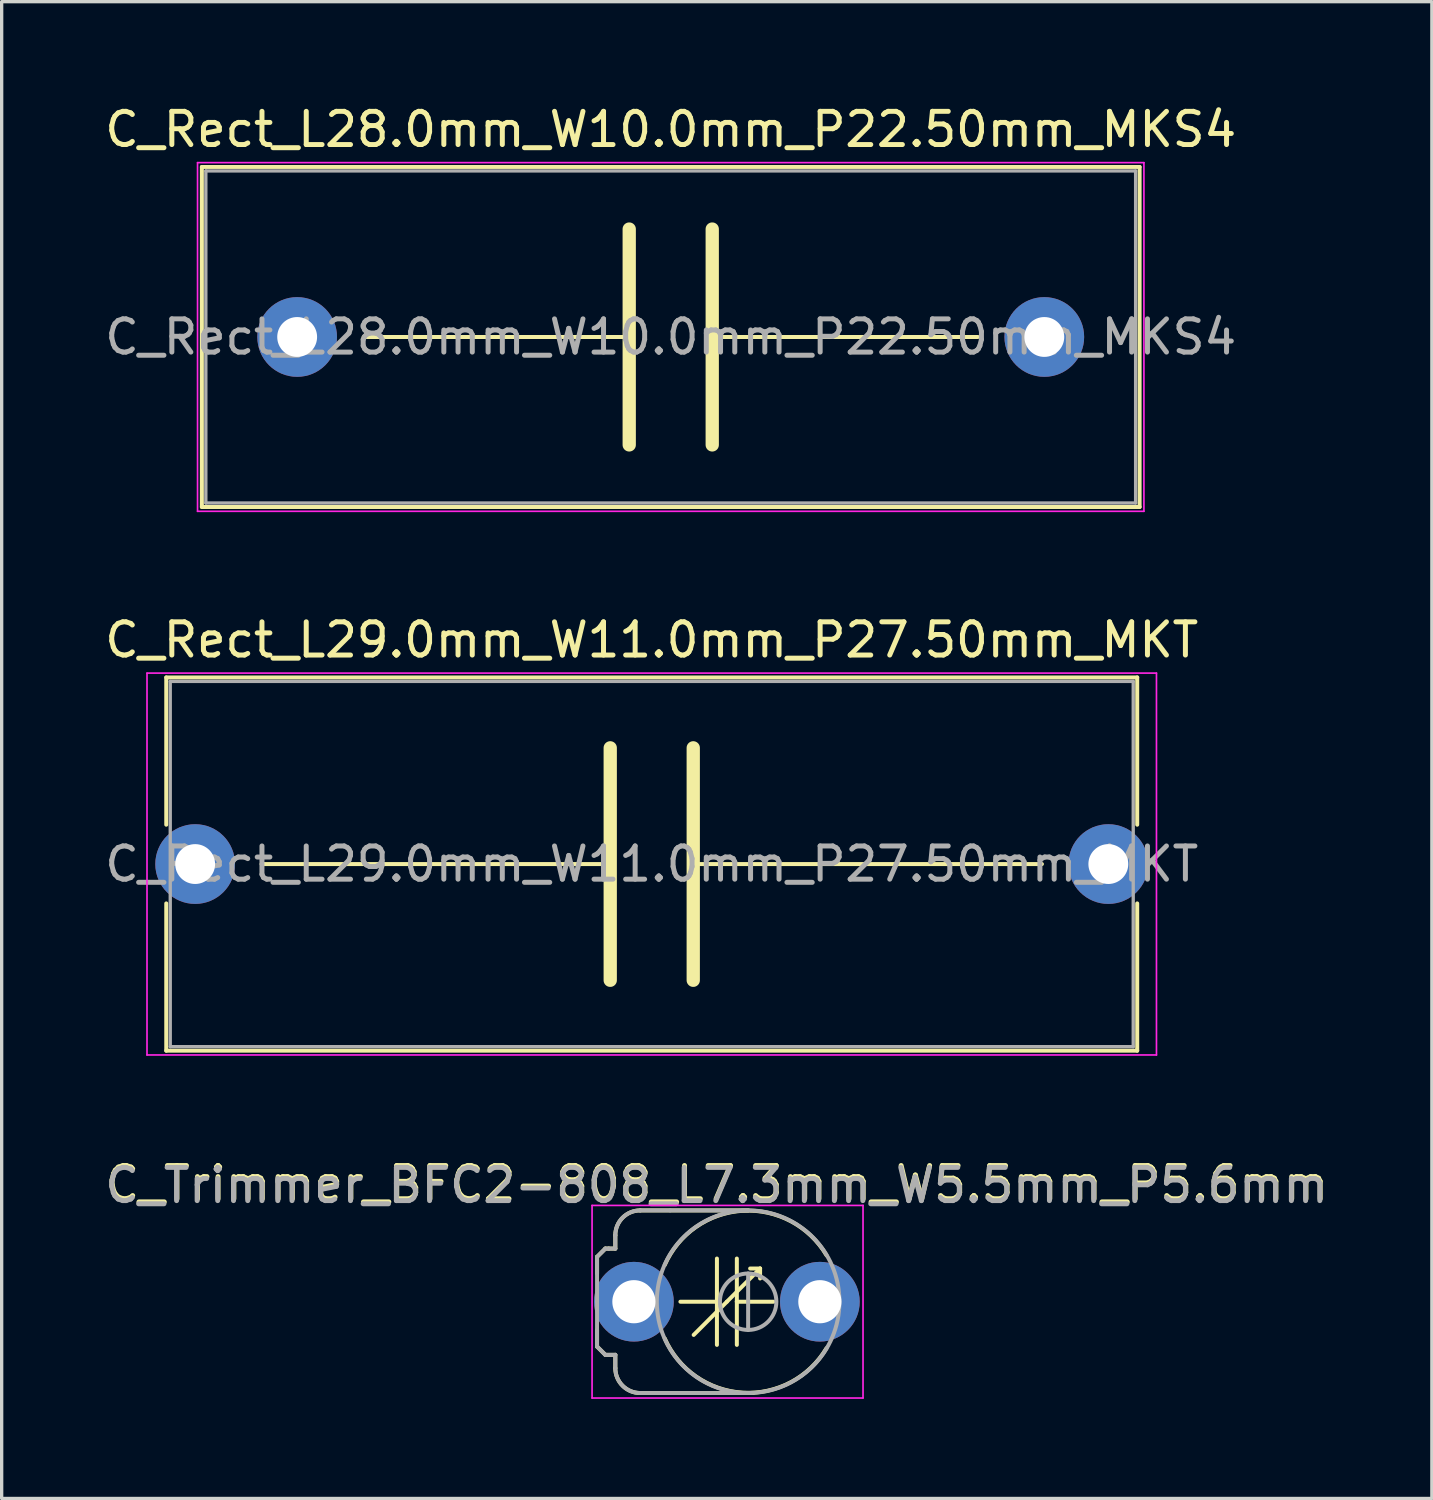
<source format=kicad_pcb>
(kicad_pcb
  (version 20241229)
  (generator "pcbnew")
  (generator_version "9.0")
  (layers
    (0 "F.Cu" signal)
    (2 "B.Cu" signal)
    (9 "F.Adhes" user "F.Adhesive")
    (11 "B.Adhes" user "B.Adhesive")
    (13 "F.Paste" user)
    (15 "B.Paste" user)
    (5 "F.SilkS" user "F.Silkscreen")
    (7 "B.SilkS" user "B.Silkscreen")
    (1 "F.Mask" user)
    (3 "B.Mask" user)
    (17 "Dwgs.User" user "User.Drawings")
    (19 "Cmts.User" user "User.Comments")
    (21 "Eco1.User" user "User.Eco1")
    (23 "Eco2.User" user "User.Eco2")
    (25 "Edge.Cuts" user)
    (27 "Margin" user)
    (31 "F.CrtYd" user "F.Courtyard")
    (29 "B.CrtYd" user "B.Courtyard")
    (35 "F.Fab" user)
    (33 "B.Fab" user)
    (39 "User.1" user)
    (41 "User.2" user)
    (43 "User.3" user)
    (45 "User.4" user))
  (footprint "C_Trimmer_BFC2-808_L7.3mm_W5.5mm_P5.6mm"
    (layer "F.Cu")
    (at 16.04 36.151)
    (property "Reference" "C_Trimmer_BFC2-808_L7.3mm_W5.5mm_P5.6mm" (at 2.5 -3.556 0) (layer "F.SilkS") (effects (font (size 1 1) (thickness 0.15))))
    (attr through_hole)
    (fp_line (start -1.11 -1.35) (end -1.11 -0.85) (stroke (width 0.12) (type solid)) (layer "F.SilkS"))
    (fp_line (start -1.11 1.35) (end -1.11 0.85) (stroke (width 0.12) (type solid)) (layer "F.SilkS"))
    (fp_line (start -1.11 1.35) (end -0.86 1.6) (stroke (width 0.12) (type solid)) (layer "F.SilkS"))
    (fp_line (start -0.86 -1.6) (end -1.11 -1.35) (stroke (width 0.12) (type solid)) (layer "F.SilkS"))
    (fp_line (start -0.76 -1.6) (end -0.86 -1.6) (stroke (width 0.12) (type solid)) (layer "F.SilkS"))
    (fp_line (start -0.56 -2) (end -0.56 -1.6) (stroke (width 0.12) (type solid)) (layer "F.SilkS"))
    (fp_line (start -0.56 -1.6) (end -0.76 -1.6) (stroke (width 0.12) (type solid)) (layer "F.SilkS"))
    (fp_line (start -0.56 1.6) (end -0.86 1.6) (stroke (width 0.12) (type solid)) (layer "F.SilkS"))
    (fp_line (start -0.56 1.6) (end -0.56 2) (stroke (width 0.12) (type solid)) (layer "F.SilkS"))
    (fp_line (start 0.19 -2.75) (end 3.44 -2.75) (stroke (width 0.12) (type solid)) (layer "F.SilkS"))
    (fp_line (start 0.19 2.75) (end 3.59 2.75) (stroke (width 0.12) (type solid)) (layer "F.SilkS"))
    (fp_line (start 1.4 0) (end 2.5 0) (stroke (width 0.12) (type solid)) (layer "F.SilkS"))
    (fp_line (start 2.5 0) (end 2.5 -1.3) (stroke (width 0.12) (type solid)) (layer "F.SilkS"))
    (fp_line (start 2.5 0) (end 2.5 1.3) (stroke (width 0.12) (type solid)) (layer "F.SilkS"))
    (fp_line (start 2.8 0) (end 1.8 1) (stroke (width 0.12) (type solid)) (layer "F.SilkS"))
    (fp_line (start 2.8 0) (end 3.8 -1) (stroke (width 0.12) (type solid)) (layer "F.SilkS"))
    (fp_line (start 3.1 0) (end 3.1 -1.3) (stroke (width 0.12) (type solid)) (layer "F.SilkS"))
    (fp_line (start 3.1 0) (end 3.1 1.3) (stroke (width 0.12) (type solid)) (layer "F.SilkS"))
    (fp_line (start 3.1 0) (end 4.2 0) (stroke (width 0.12) (type solid)) (layer "F.SilkS"))
    (fp_line (start 3.8 -1) (end 3.5 -1) (stroke (width 0.12) (type solid)) (layer "F.SilkS"))
    (fp_line (start 3.8 -1) (end 3.8 -0.7) (stroke (width 0.12) (type solid)) (layer "F.SilkS"))
    (fp_arc (start -0.56 -2) (mid -0.34033 -2.53033) (end 0.19 -2.75) (stroke (width 0.12) (type solid)) (layer "F.SilkS"))
    (fp_arc (start 0.19 2.75) (mid -0.34033 2.53033) (end -0.56 2) (stroke (width 0.12) (type solid)) (layer "F.SilkS"))
    (fp_arc (start 0.928365 -1.105119) (mid 3.274208 -2.738998) (end 5.8 -1.4) (stroke (width 0.12) (type solid)) (layer "F.SilkS"))
    (fp_arc (start 5.8 1.4) (mid 3.274208 2.738999) (end 0.928365 1.105119) (stroke (width 0.12) (type solid)) (layer "F.SilkS"))
    (fp_line (start -1.26 -2.9) (end -1.26 2.9) (stroke (width 0.05) (type solid)) (layer "F.CrtYd"))
    (fp_line (start -1.26 2.9) (end 6.9 2.9) (stroke (width 0.05) (type solid)) (layer "F.CrtYd"))
    (fp_line (start 6.9 -2.9) (end -1.26 -2.9) (stroke (width 0.05) (type solid)) (layer "F.CrtYd"))
    (fp_line (start 6.9 2.9) (end 6.9 -2.9) (stroke (width 0.05) (type solid)) (layer "F.CrtYd"))
    (fp_line (start -1.11 -1.35) (end -1.11 0) (stroke (width 0.12) (type solid)) (layer "F.Fab"))
    (fp_line (start -1.11 1.35) (end -1.11 0) (stroke (width 0.12) (type solid)) (layer "F.Fab"))
    (fp_line (start -1.11 1.35) (end -0.86 1.6) (stroke (width 0.12) (type solid)) (layer "F.Fab"))
    (fp_line (start -0.86 -1.6) (end -1.11 -1.35) (stroke (width 0.12) (type solid)) (layer "F.Fab"))
    (fp_line (start -0.76 -1.6) (end -0.86 -1.6) (stroke (width 0.12) (type solid)) (layer "F.Fab"))
    (fp_line (start -0.56 -2) (end -0.56 -1.6) (stroke (width 0.12) (type solid)) (layer "F.Fab"))
    (fp_line (start -0.56 -1.6) (end -0.76 -1.6) (stroke (width 0.12) (type solid)) (layer "F.Fab"))
    (fp_line (start -0.56 1.6) (end -0.86 1.6) (stroke (width 0.12) (type solid)) (layer "F.Fab"))
    (fp_line (start -0.56 1.6) (end -0.56 2) (stroke (width 0.12) (type solid)) (layer "F.Fab"))
    (fp_line (start 1.09 -2.75) (end 0.19 -2.75) (stroke (width 0.12) (type solid)) (layer "F.Fab"))
    (fp_line (start 3.44 -2.75) (end 1.09 -2.75) (stroke (width 0.12) (type solid)) (layer "F.Fab"))
    (fp_line (start 3.44 0.85) (end 3.44 -0.85) (stroke (width 0.12) (type solid)) (layer "F.Fab"))
    (fp_line (start 3.44 2.75) (end 0.19 2.75) (stroke (width 0.12) (type solid)) (layer "F.Fab"))
    (fp_arc (start -0.56 -2) (mid -0.34033 -2.53033) (end 0.19 -2.75) (stroke (width 0.12) (type solid)) (layer "F.Fab"))
    (fp_arc (start 0.19 2.75) (mid -0.34033 2.53033) (end -0.56 2) (stroke (width 0.12) (type solid)) (layer "F.Fab"))
    (fp_arc (start 3.44 -2.75) (mid 6.19 0) (end 3.44 2.75) (stroke (width 0.12) (type solid)) (layer "F.Fab"))
    (fp_arc (start 3.44 2.75) (mid 0.69 0) (end 3.44 -2.75) (stroke (width 0.12) (type solid)) (layer "F.Fab"))
    (fp_circle (center 3.44 0) (end 4.29 0) (stroke (width 0.12) (type solid)) (fill no) (layer "F.Fab"))
    (fp_text user "${REFERENCE}" (at 2.49 -3.5 0) (layer "F.Fab") (effects (font (size 1 1) (thickness 0.15))))
    (pad "1" thru_hole circle (at 0 0) (size 2.4 2.4) (drill 1.3) (layers "*.Cu" "*.Mask"))
    (pad "2" thru_hole circle (at 5.6 0) (size 2.4 2.4) (drill 1.3) (layers "*.Cu" "*.Mask")))
  (footprint "C_Rect_L29.0mm_W11.0mm_P27.50mm_MKT"
    (layer "F.Cu")
    (at 2.827 22.971)
    (property "Reference" "C_Rect_L29.0mm_W11.0mm_P27.50mm_MKT" (at 13.75 -6.75 0) (layer "F.SilkS") (effects (font (size 1 1) (thickness 0.15))))
    (attr through_hole)
    (fp_line (start -0.87 -5.62) (end -0.87 -1.185) (stroke (width 0.12) (type solid)) (layer "F.SilkS"))
    (fp_line (start -0.87 -5.62) (end 28.37 -5.62) (stroke (width 0.12) (type solid)) (layer "F.SilkS"))
    (fp_line (start -0.87 1.185) (end -0.87 5.62) (stroke (width 0.12) (type solid)) (layer "F.SilkS"))
    (fp_line (start -0.87 5.62) (end 28.37 5.62) (stroke (width 0.12) (type solid)) (layer "F.SilkS"))
    (fp_line (start 2 0) (end 12.5 0) (stroke (width 0.12) (type solid)) (layer "F.SilkS"))
    (fp_line (start 12.5 -3.5) (end 12.5 3.5) (stroke (width 0.4) (type solid)) (layer "F.SilkS"))
    (fp_line (start 15 -3.5) (end 15 3.5) (stroke (width 0.4) (type solid)) (layer "F.SilkS"))
    (fp_line (start 15 0) (end 25.5 0) (stroke (width 0.12) (type solid)) (layer "F.SilkS"))
    (fp_line (start 28.37 -5.62) (end 28.37 -1.185) (stroke (width 0.12) (type solid)) (layer "F.SilkS"))
    (fp_line (start 28.37 1.185) (end 28.37 5.62) (stroke (width 0.12) (type solid)) (layer "F.SilkS"))
    (fp_line (start -1.45 -5.75) (end -1.45 5.75) (stroke (width 0.05) (type solid)) (layer "F.CrtYd"))
    (fp_line (start -1.45 5.75) (end 28.95 5.75) (stroke (width 0.05) (type solid)) (layer "F.CrtYd"))
    (fp_line (start 28.95 -5.75) (end -1.45 -5.75) (stroke (width 0.05) (type solid)) (layer "F.CrtYd"))
    (fp_line (start 28.95 5.75) (end 28.95 -5.75) (stroke (width 0.05) (type solid)) (layer "F.CrtYd"))
    (fp_line (start -0.75 -5.5) (end -0.75 5.5) (stroke (width 0.1) (type solid)) (layer "F.Fab"))
    (fp_line (start -0.75 5.5) (end 28.25 5.5) (stroke (width 0.1) (type solid)) (layer "F.Fab"))
    (fp_line (start 28.25 -5.5) (end -0.75 -5.5) (stroke (width 0.1) (type solid)) (layer "F.Fab"))
    (fp_line (start 28.25 5.5) (end 28.25 -5.5) (stroke (width 0.1) (type solid)) (layer "F.Fab"))
    (fp_text user "${REFERENCE}" (at 13.75 0 0) (layer "F.Fab") (effects (font (size 1 1) (thickness 0.15))))
    (pad "1" thru_hole circle (at 0 0) (size 2.4 2.4) (drill 1.2) (layers "*.Cu" "*.Mask"))
    (pad "2" thru_hole circle (at 27.5 0) (size 2.4 2.4) (drill 1.2) (layers "*.Cu" "*.Mask")))
  (footprint "C_Rect_L28.0mm_W10.0mm_P22.50mm_MKS4"
    (layer "F.Cu")
    (at 5.899 7.098)
    (property "Reference" "C_Rect_L28.0mm_W10.0mm_P22.50mm_MKS4" (at 11.25 -6.25 0) (layer "F.SilkS") (effects (font (size 1 1) (thickness 0.15))))
    (attr through_hole)
    (fp_line (start -2.87 -5.12) (end -2.87 5.12) (stroke (width 0.12) (type solid)) (layer "F.SilkS"))
    (fp_line (start -2.87 -5.12) (end 25.37 -5.12) (stroke (width 0.12) (type solid)) (layer "F.SilkS"))
    (fp_line (start -2.87 5.12) (end 25.37 5.12) (stroke (width 0.12) (type solid)) (layer "F.SilkS"))
    (fp_line (start 2 0) (end 10 0) (stroke (width 0.12) (type solid)) (layer "F.SilkS"))
    (fp_line (start 10 -3.25) (end 10 3.25) (stroke (width 0.4) (type solid)) (layer "F.SilkS"))
    (fp_line (start 12.5 -3.25) (end 12.5 3.25) (stroke (width 0.4) (type solid)) (layer "F.SilkS"))
    (fp_line (start 12.5 0) (end 20.5 0) (stroke (width 0.12) (type solid)) (layer "F.SilkS"))
    (fp_line (start 25.37 -5.12) (end 25.37 5.12) (stroke (width 0.12) (type solid)) (layer "F.SilkS"))
    (fp_line (start -3 -5.25) (end -3 5.25) (stroke (width 0.05) (type solid)) (layer "F.CrtYd"))
    (fp_line (start -3 5.25) (end 25.5 5.25) (stroke (width 0.05) (type solid)) (layer "F.CrtYd"))
    (fp_line (start 25.5 -5.25) (end -3 -5.25) (stroke (width 0.05) (type solid)) (layer "F.CrtYd"))
    (fp_line (start 25.5 5.25) (end 25.5 -5.25) (stroke (width 0.05) (type solid)) (layer "F.CrtYd"))
    (fp_line (start -2.75 -5) (end -2.75 5) (stroke (width 0.1) (type solid)) (layer "F.Fab"))
    (fp_line (start -2.75 5) (end 25.25 5) (stroke (width 0.1) (type solid)) (layer "F.Fab"))
    (fp_line (start 25.25 -5) (end -2.75 -5) (stroke (width 0.1) (type solid)) (layer "F.Fab"))
    (fp_line (start 25.25 5) (end 25.25 -5) (stroke (width 0.1) (type solid)) (layer "F.Fab"))
    (fp_text user "${REFERENCE}" (at 11.25 0 0) (layer "F.Fab") (effects (font (size 1 1) (thickness 0.15))))
    (pad "1" thru_hole circle (at 0 0) (size 2.4 2.4) (drill 1.2) (layers "*.Cu" "*.Mask"))
    (pad "2" thru_hole circle (at 22.5 0) (size 2.4 2.4) (drill 1.2) (layers "*.Cu" "*.Mask")))
  (gr_rect
    (start -3 -3)
    (end 40.07 42.076)
    (stroke (width 0.1) (type default))
    (fill no)
    (layer "Edge.Cuts")))
</source>
